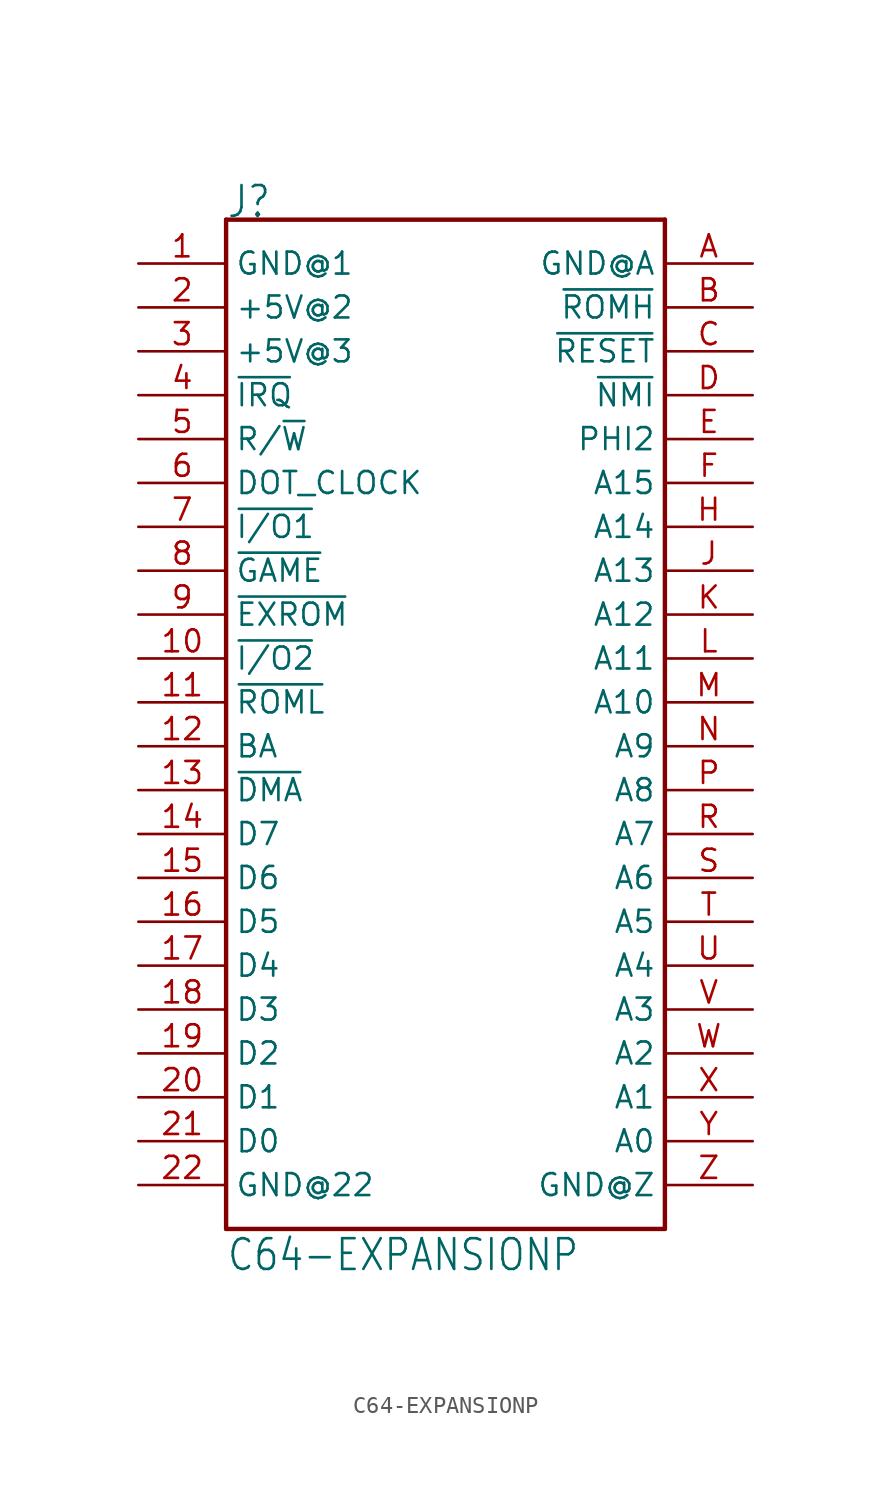
<source format=kicad_sym>
(kicad_symbol_lib
  (version 20211014)
  (generator kicad_symbol_editor)
  (symbol "C64-EXPANSIONP"
    (property "Reference" "J"
      (at -12.7 27.94 0)
      (effects (font (size 1.778 1.511)) (justify left bottom)))
    (property "Value" "C64-EXPANSIONP"
      (at -12.7 -33.02 0)
      (effects (font (size 1.778 1.511)) (justify left bottom)))
    (property "ki_locked" ""
      (at 0 0 0)
      (effects (font (size 1.27 1.27))))
    (symbol "C64-EXPANSIONP_1_0"
      (polyline (pts (xy -12.7 -30.48) (xy -12.7 27.94)) (stroke (width 0.254) (type default) (color 0 0 0 0)) (fill (type none)))
      (polyline (pts (xy -12.7 27.94) (xy 12.7 27.94)) (stroke (width 0.254) (type default) (color 0 0 0 0)) (fill (type none)))
      (polyline (pts (xy 12.7 -30.48) (xy -12.7 -30.48)) (stroke (width 0.254) (type default) (color 0 0 0 0)) (fill (type none)))
      (polyline (pts (xy 12.7 27.94) (xy 12.7 -30.48)) (stroke (width 0.254) (type default) (color 0 0 0 0)) (fill (type none)))
      (pin power_in line (at -17.78 25.4 0) (length 5.08) (name "GND@1" (effects (font (size 1.27 1.27)))) (number "1" (effects (font (size 1.27 1.27)))))
      (pin output line (at -17.78 2.54 0) (length 5.08) (name "~{I/O2}" (effects (font (size 1.27 1.27)))) (number "10" (effects (font (size 1.27 1.27)))))
      (pin output line (at -17.78 0 0) (length 5.08) (name "~{ROML}" (effects (font (size 1.27 1.27)))) (number "11" (effects (font (size 1.27 1.27)))))
      (pin output line (at -17.78 -2.54 0) (length 5.08) (name "BA" (effects (font (size 1.27 1.27)))) (number "12" (effects (font (size 1.27 1.27)))))
      (pin input line (at -17.78 -5.08 0) (length 5.08) (name "~{DMA}" (effects (font (size 1.27 1.27)))) (number "13" (effects (font (size 1.27 1.27)))))
      (pin bidirectional line (at -17.78 -7.62 0) (length 5.08) (name "D7" (effects (font (size 1.27 1.27)))) (number "14" (effects (font (size 1.27 1.27)))))
      (pin bidirectional line (at -17.78 -10.16 0) (length 5.08) (name "D6" (effects (font (size 1.27 1.27)))) (number "15" (effects (font (size 1.27 1.27)))))
      (pin bidirectional line (at -17.78 -12.7 0) (length 5.08) (name "D5" (effects (font (size 1.27 1.27)))) (number "16" (effects (font (size 1.27 1.27)))))
      (pin bidirectional line (at -17.78 -15.24 0) (length 5.08) (name "D4" (effects (font (size 1.27 1.27)))) (number "17" (effects (font (size 1.27 1.27)))))
      (pin bidirectional line (at -17.78 -17.78 0) (length 5.08) (name "D3" (effects (font (size 1.27 1.27)))) (number "18" (effects (font (size 1.27 1.27)))))
      (pin bidirectional line (at -17.78 -20.32 0) (length 5.08) (name "D2" (effects (font (size 1.27 1.27)))) (number "19" (effects (font (size 1.27 1.27)))))
      (pin power_in line (at -17.78 22.86 0) (length 5.08) (name "+5V@2" (effects (font (size 1.27 1.27)))) (number "2" (effects (font (size 1.27 1.27)))))
      (pin bidirectional line (at -17.78 -22.86 0) (length 5.08) (name "D1" (effects (font (size 1.27 1.27)))) (number "20" (effects (font (size 1.27 1.27)))))
      (pin bidirectional line (at -17.78 -25.4 0) (length 5.08) (name "D0" (effects (font (size 1.27 1.27)))) (number "21" (effects (font (size 1.27 1.27)))))
      (pin power_in line (at -17.78 -27.94 0) (length 5.08) (name "GND@22" (effects (font (size 1.27 1.27)))) (number "22" (effects (font (size 1.27 1.27)))))
      (pin power_in line (at -17.78 20.32 0) (length 5.08) (name "+5V@3" (effects (font (size 1.27 1.27)))) (number "3" (effects (font (size 1.27 1.27)))))
      (pin input line (at -17.78 17.78 0) (length 5.08) (name "~{IRQ}" (effects (font (size 1.27 1.27)))) (number "4" (effects (font (size 1.27 1.27)))))
      (pin output line (at -17.78 15.24 0) (length 5.08) (name "R/~{W}" (effects (font (size 1.27 1.27)))) (number "5" (effects (font (size 1.27 1.27)))))
      (pin output line (at -17.78 12.7 0) (length 5.08) (name "DOT_CLOCK" (effects (font (size 1.27 1.27)))) (number "6" (effects (font (size 1.27 1.27)))))
      (pin output line (at -17.78 10.16 0) (length 5.08) (name "~{I/O1}" (effects (font (size 1.27 1.27)))) (number "7" (effects (font (size 1.27 1.27)))))
      (pin input line (at -17.78 7.62 0) (length 5.08) (name "~{GAME}" (effects (font (size 1.27 1.27)))) (number "8" (effects (font (size 1.27 1.27)))))
      (pin input line (at -17.78 5.08 0) (length 5.08) (name "~{EXROM}" (effects (font (size 1.27 1.27)))) (number "9" (effects (font (size 1.27 1.27)))))
      (pin power_in line (at 17.78 25.4 180) (length 5.08) (name "GND@A" (effects (font (size 1.27 1.27)))) (number "A" (effects (font (size 1.27 1.27)))))
      (pin output line (at 17.78 22.86 180) (length 5.08) (name "~{ROMH}" (effects (font (size 1.27 1.27)))) (number "B" (effects (font (size 1.27 1.27)))))
      (pin open_collector line (at 17.78 20.32 180) (length 5.08) (name "~{RESET}" (effects (font (size 1.27 1.27)))) (number "C" (effects (font (size 1.27 1.27)))))
      (pin input line (at 17.78 17.78 180) (length 5.08) (name "~{NMI}" (effects (font (size 1.27 1.27)))) (number "D" (effects (font (size 1.27 1.27)))))
      (pin output line (at 17.78 15.24 180) (length 5.08) (name "PHI2" (effects (font (size 1.27 1.27)))) (number "E" (effects (font (size 1.27 1.27)))))
      (pin bidirectional line (at 17.78 12.7 180) (length 5.08) (name "A15" (effects (font (size 1.27 1.27)))) (number "F" (effects (font (size 1.27 1.27)))))
      (pin bidirectional line (at 17.78 10.16 180) (length 5.08) (name "A14" (effects (font (size 1.27 1.27)))) (number "H" (effects (font (size 1.27 1.27)))))
      (pin bidirectional line (at 17.78 7.62 180) (length 5.08) (name "A13" (effects (font (size 1.27 1.27)))) (number "J" (effects (font (size 1.27 1.27)))))
      (pin bidirectional line (at 17.78 5.08 180) (length 5.08) (name "A12" (effects (font (size 1.27 1.27)))) (number "K" (effects (font (size 1.27 1.27)))))
      (pin bidirectional line (at 17.78 2.54 180) (length 5.08) (name "A11" (effects (font (size 1.27 1.27)))) (number "L" (effects (font (size 1.27 1.27)))))
      (pin bidirectional line (at 17.78 0 180) (length 5.08) (name "A10" (effects (font (size 1.27 1.27)))) (number "M" (effects (font (size 1.27 1.27)))))
      (pin bidirectional line (at 17.78 -2.54 180) (length 5.08) (name "A9" (effects (font (size 1.27 1.27)))) (number "N" (effects (font (size 1.27 1.27)))))
      (pin bidirectional line (at 17.78 -5.08 180) (length 5.08) (name "A8" (effects (font (size 1.27 1.27)))) (number "P" (effects (font (size 1.27 1.27)))))
      (pin bidirectional line (at 17.78 -7.62 180) (length 5.08) (name "A7" (effects (font (size 1.27 1.27)))) (number "R" (effects (font (size 1.27 1.27)))))
      (pin bidirectional line (at 17.78 -10.16 180) (length 5.08) (name "A6" (effects (font (size 1.27 1.27)))) (number "S" (effects (font (size 1.27 1.27)))))
      (pin bidirectional line (at 17.78 -12.7 180) (length 5.08) (name "A5" (effects (font (size 1.27 1.27)))) (number "T" (effects (font (size 1.27 1.27)))))
      (pin bidirectional line (at 17.78 -15.24 180) (length 5.08) (name "A4" (effects (font (size 1.27 1.27)))) (number "U" (effects (font (size 1.27 1.27)))))
      (pin bidirectional line (at 17.78 -17.78 180) (length 5.08) (name "A3" (effects (font (size 1.27 1.27)))) (number "V" (effects (font (size 1.27 1.27)))))
      (pin bidirectional line (at 17.78 -20.32 180) (length 5.08) (name "A2" (effects (font (size 1.27 1.27)))) (number "W" (effects (font (size 1.27 1.27)))))
      (pin bidirectional line (at 17.78 -22.86 180) (length 5.08) (name "A1" (effects (font (size 1.27 1.27)))) (number "X" (effects (font (size 1.27 1.27)))))
      (pin bidirectional line (at 17.78 -25.4 180) (length 5.08) (name "A0" (effects (font (size 1.27 1.27)))) (number "Y" (effects (font (size 1.27 1.27)))))
      (pin power_in line (at 17.78 -27.94 180) (length 5.08) (name "GND@Z" (effects (font (size 1.27 1.27)))) (number "Z" (effects (font (size 1.27 1.27))))))))
</source>
